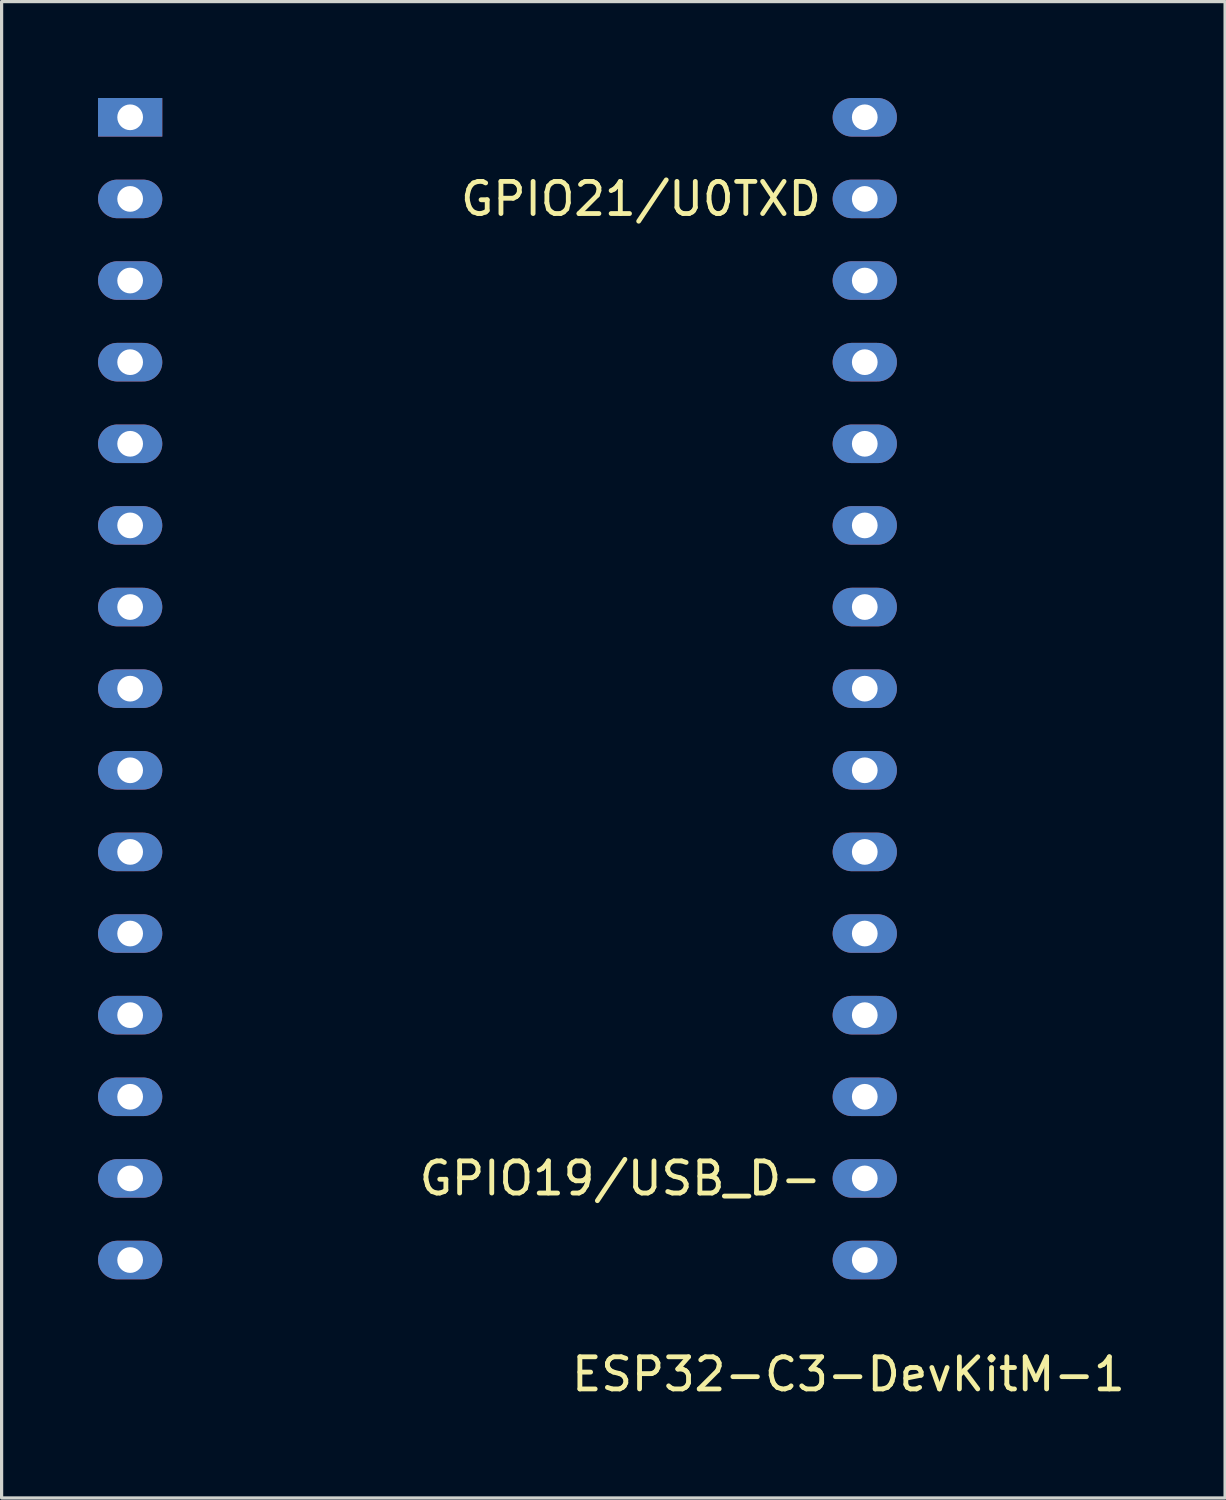
<source format=kicad_pcb>
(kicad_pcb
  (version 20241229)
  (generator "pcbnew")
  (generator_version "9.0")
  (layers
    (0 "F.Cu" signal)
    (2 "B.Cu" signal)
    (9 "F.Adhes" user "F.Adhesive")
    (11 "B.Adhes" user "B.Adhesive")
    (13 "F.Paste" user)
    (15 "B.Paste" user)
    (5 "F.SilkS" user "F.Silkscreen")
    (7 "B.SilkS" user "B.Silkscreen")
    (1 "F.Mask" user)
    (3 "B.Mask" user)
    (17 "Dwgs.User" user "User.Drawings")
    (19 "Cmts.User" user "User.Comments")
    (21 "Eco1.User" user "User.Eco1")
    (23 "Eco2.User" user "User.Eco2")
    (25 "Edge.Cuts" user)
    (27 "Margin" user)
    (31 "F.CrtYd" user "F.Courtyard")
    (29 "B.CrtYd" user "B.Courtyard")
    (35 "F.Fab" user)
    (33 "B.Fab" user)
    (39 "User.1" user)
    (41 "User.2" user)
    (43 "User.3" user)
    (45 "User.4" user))
  (footprint "ESP32-C3-DevKitM-1"
    (layer "F.Cu")
    (at 1 0.6)
    (property "Reference" "ESP32-C3-DevKitM-1" (at 22.352 39.116 0) (layer "F.SilkS") (effects (font (size 1 1) (thickness 0.15))))
    (attr through_hole)
    (fp_text user "GPIO21/U0TXD" (at 21.59 2.54 0) (unlocked yes) (layer "F.SilkS") (effects (font (size 1 1) (thickness 0.15)) (justify right)))
    (fp_text user "GPIO19/USB_D-" (at 21.59 33.02 0) (unlocked yes) (layer "F.SilkS") (effects (font (size 1 1) (thickness 0.15)) (justify right)))
    (pad "1" thru_hole rect (at 0 0 270) (size 1.2 2) (drill 0.8) (layers "*.Cu" "*.Mask"))
    (pad "2" thru_hole oval (at 0 2.54 270) (size 1.2 2) (drill 0.8) (layers "*.Cu" "*.Mask"))
    (pad "3" thru_hole oval (at 0 5.08 270) (size 1.2 2) (drill 0.8) (layers "*.Cu" "*.Mask"))
    (pad "4" thru_hole oval (at 0 7.62 270) (size 1.2 2) (drill 0.8) (layers "*.Cu" "*.Mask"))
    (pad "5" thru_hole oval (at 0 10.16 270) (size 1.2 2) (drill 0.8) (layers "*.Cu" "*.Mask"))
    (pad "6" thru_hole oval (at 0 12.7 270) (size 1.2 2) (drill 0.8) (layers "*.Cu" "*.Mask"))
    (pad "7" thru_hole oval (at 0 15.24 270) (size 1.2 2) (drill 0.8) (layers "*.Cu" "*.Mask"))
    (pad "8" thru_hole oval (at 0 17.78 270) (size 1.2 2) (drill 0.8) (layers "*.Cu" "*.Mask"))
    (pad "9" thru_hole oval (at 0 20.32 270) (size 1.2 2) (drill 0.8) (layers "*.Cu" "*.Mask"))
    (pad "10" thru_hole oval (at 0 22.86 270) (size 1.2 2) (drill 0.8) (layers "*.Cu" "*.Mask"))
    (pad "11" thru_hole oval (at 0 25.4 270) (size 1.2 2) (drill 0.8) (layers "*.Cu" "*.Mask"))
    (pad "12" thru_hole oval (at 0 27.94 270) (size 1.2 2) (drill 0.8) (layers "*.Cu" "*.Mask"))
    (pad "13" thru_hole oval (at 0 30.48 270) (size 1.2 2) (drill 0.8) (layers "*.Cu" "*.Mask"))
    (pad "14" thru_hole oval (at 0 33.02 270) (size 1.2 2) (drill 0.8) (layers "*.Cu" "*.Mask"))
    (pad "15" thru_hole oval (at 0 35.56 270) (size 1.2 2) (drill 0.8) (layers "*.Cu" "*.Mask"))
    (pad "16" thru_hole oval (at 22.86 35.56 270) (size 1.2 2) (drill 0.8) (layers "*.Cu" "*.Mask"))
    (pad "17" thru_hole oval (at 22.86 33.02 270) (size 1.2 2) (drill 0.8) (layers "*.Cu" "*.Mask"))
    (pad "18" thru_hole oval (at 22.86 30.48 270) (size 1.2 2) (drill 0.8) (layers "*.Cu" "*.Mask"))
    (pad "19" thru_hole oval (at 22.86 27.94 270) (size 1.2 2) (drill 0.8) (layers "*.Cu" "*.Mask"))
    (pad "20" thru_hole oval (at 22.86 25.4 270) (size 1.2 2) (drill 0.8) (layers "*.Cu" "*.Mask"))
    (pad "21" thru_hole oval (at 22.86 22.86 270) (size 1.2 2) (drill 0.8) (layers "*.Cu" "*.Mask"))
    (pad "22" thru_hole oval (at 22.86 20.32 270) (size 1.2 2) (drill 0.8) (layers "*.Cu" "*.Mask"))
    (pad "23" thru_hole oval (at 22.86 17.78 270) (size 1.2 2) (drill 0.8) (layers "*.Cu" "*.Mask"))
    (pad "24" thru_hole oval (at 22.86 15.24 270) (size 1.2 2) (drill 0.8) (layers "*.Cu" "*.Mask"))
    (pad "25" thru_hole oval (at 22.86 12.7 270) (size 1.2 2) (drill 0.8) (layers "*.Cu" "*.Mask"))
    (pad "26" thru_hole oval (at 22.86 10.16 270) (size 1.2 2) (drill 0.8) (layers "*.Cu" "*.Mask"))
    (pad "27" thru_hole oval (at 22.86 7.62 270) (size 1.2 2) (drill 0.8) (layers "*.Cu" "*.Mask"))
    (pad "28" thru_hole oval (at 22.86 5.08 270) (size 1.2 2) (drill 0.8) (layers "*.Cu" "*.Mask"))
    (pad "29" thru_hole oval (at 22.86 2.54 270) (size 1.2 2) (drill 0.8) (layers "*.Cu" "*.Mask"))
    (pad "30" thru_hole oval (at 22.86 0 270) (size 1.2 2) (drill 0.8) (layers "*.Cu" "*.Mask")))
  (gr_rect
    (start -3 -3)
    (end 35.072 43.564)
    (stroke (width 0.1) (type default))
    (fill no)
    (layer "Edge.Cuts")))
</source>
